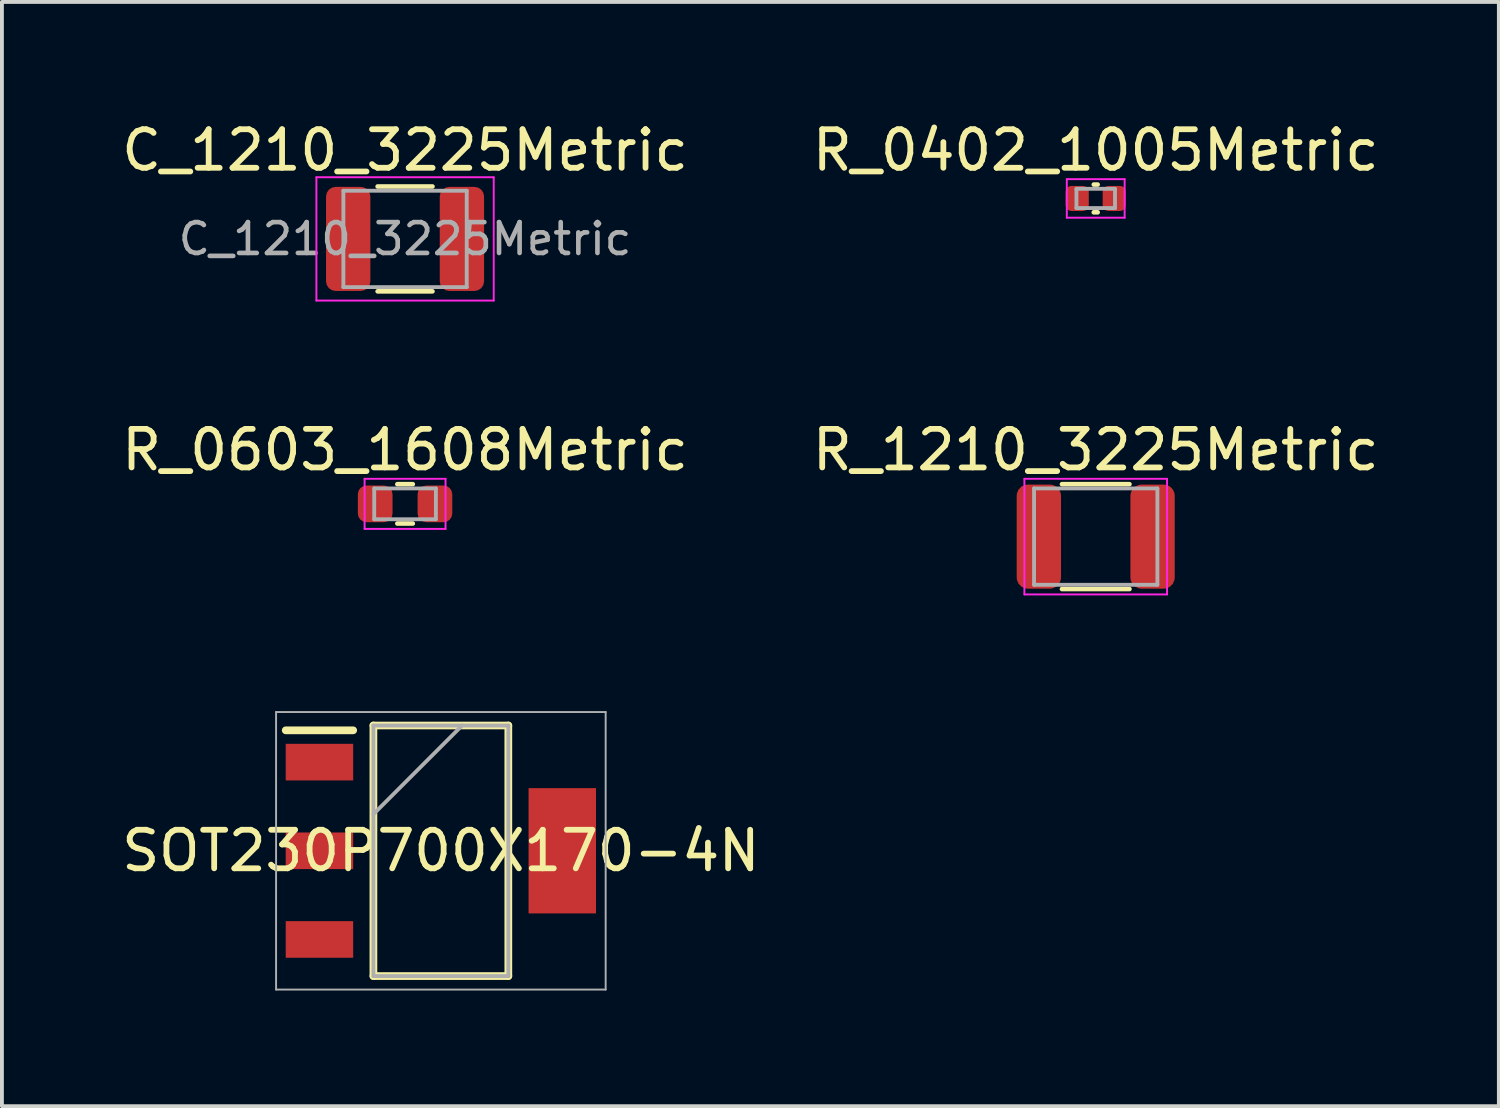
<source format=kicad_pcb>
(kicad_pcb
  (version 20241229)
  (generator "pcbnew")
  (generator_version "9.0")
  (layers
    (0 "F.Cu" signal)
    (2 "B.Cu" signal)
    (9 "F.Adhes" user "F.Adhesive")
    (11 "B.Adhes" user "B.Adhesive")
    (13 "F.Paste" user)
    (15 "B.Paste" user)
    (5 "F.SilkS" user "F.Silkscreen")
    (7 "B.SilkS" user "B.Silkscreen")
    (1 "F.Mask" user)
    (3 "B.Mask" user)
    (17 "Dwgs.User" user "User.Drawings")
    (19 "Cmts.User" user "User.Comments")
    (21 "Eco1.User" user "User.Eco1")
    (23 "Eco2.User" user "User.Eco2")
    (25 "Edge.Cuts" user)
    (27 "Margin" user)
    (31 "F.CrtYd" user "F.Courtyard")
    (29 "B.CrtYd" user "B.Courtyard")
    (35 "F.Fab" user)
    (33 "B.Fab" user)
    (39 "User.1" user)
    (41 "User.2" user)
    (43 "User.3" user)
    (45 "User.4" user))
  (footprint "R_0603_1608Metric"
    (layer "F.Cu")
    (at 7.458 10.021)
    (property "Reference" "R_0603_1608Metric" (at 0 -1.4 0) (layer "F.SilkS") (effects (font (size 1 1) (thickness 0.15))))
    (attr smd)
    (fp_line (start -0.2 -0.51) (end 0.2 -0.51) (stroke (width 0.12) (type solid)) (layer "F.SilkS"))
    (fp_line (start -0.2 0.51) (end 0.2 0.51) (stroke (width 0.12) (type solid)) (layer "F.SilkS"))
    (fp_line (start -1.05 -0.65) (end 1.05 -0.65) (stroke (width 0.05) (type solid)) (layer "F.CrtYd"))
    (fp_line (start -1.05 0.65) (end -1.05 -0.65) (stroke (width 0.05) (type solid)) (layer "F.CrtYd"))
    (fp_line (start 1.05 -0.65) (end 1.05 0.65) (stroke (width 0.05) (type solid)) (layer "F.CrtYd"))
    (fp_line (start 1.05 0.65) (end -1.05 0.65) (stroke (width 0.05) (type solid)) (layer "F.CrtYd"))
    (fp_line (start -0.8 -0.4) (end 0.8 -0.4) (stroke (width 0.1) (type solid)) (layer "F.Fab"))
    (fp_line (start -0.8 0.4) (end -0.8 -0.4) (stroke (width 0.1) (type solid)) (layer "F.Fab"))
    (fp_line (start 0.8 -0.4) (end 0.8 0.4) (stroke (width 0.1) (type solid)) (layer "F.Fab"))
    (fp_line (start 0.8 0.4) (end -0.8 0.4) (stroke (width 0.1) (type solid)) (layer "F.Fab"))
    (pad "1" smd roundrect (at -0.775 0) (size 0.9 0.95) (layers "F.Cu" "F.Mask" "F.Paste") (roundrect_rratio 0.25))
    (pad "2" smd roundrect (at 0.775 0) (size 0.9 0.95) (layers "F.Cu" "F.Mask" "F.Paste") (roundrect_rratio 0.25)))
  (footprint "R_1210_3225Metric"
    (layer "F.Cu")
    (at 25.375 10.871)
    (property "Reference" "R_1210_3225Metric" (at 0 -2.25 0) (layer "F.SilkS") (effects (font (size 1 1) (thickness 0.15))))
    (attr smd)
    (fp_line (start -0.875 -1.36) (end 0.875 -1.36) (stroke (width 0.12) (type solid)) (layer "F.SilkS"))
    (fp_line (start -0.875 1.36) (end 0.875 1.36) (stroke (width 0.12) (type solid)) (layer "F.SilkS"))
    (fp_line (start -1.85 -1.5) (end 1.85 -1.5) (stroke (width 0.05) (type solid)) (layer "F.CrtYd"))
    (fp_line (start -1.85 1.5) (end -1.85 -1.5) (stroke (width 0.05) (type solid)) (layer "F.CrtYd"))
    (fp_line (start 1.85 -1.5) (end 1.85 1.5) (stroke (width 0.05) (type solid)) (layer "F.CrtYd"))
    (fp_line (start 1.85 1.5) (end -1.85 1.5) (stroke (width 0.05) (type solid)) (layer "F.CrtYd"))
    (fp_line (start -1.6 -1.25) (end 1.6 -1.25) (stroke (width 0.1) (type solid)) (layer "F.Fab"))
    (fp_line (start -1.6 1.25) (end -1.6 -1.25) (stroke (width 0.1) (type solid)) (layer "F.Fab"))
    (fp_line (start 1.6 -1.25) (end 1.6 1.25) (stroke (width 0.1) (type solid)) (layer "F.Fab"))
    (fp_line (start 1.6 1.25) (end -1.6 1.25) (stroke (width 0.1) (type solid)) (layer "F.Fab"))
    (pad "1" smd roundrect (at -1.475 0) (size 1.15 2.7) (layers "F.Cu" "F.Mask" "F.Paste") (roundrect_rratio 0.25))
    (pad "2" smd roundrect (at 1.475 0) (size 1.15 2.7) (layers "F.Cu" "F.Mask" "F.Paste") (roundrect_rratio 0.25)))
  (footprint "R_0402_1005Metric"
    (layer "F.Cu")
    (at 25.375 2.098)
    (property "Reference" "R_0402_1005Metric" (at 0 -1.25 0) (layer "F.SilkS") (effects (font (size 1 1) (thickness 0.15))))
    (attr smd)
    (fp_line (start -0.05 -0.36) (end 0.05 -0.36) (stroke (width 0.12) (type solid)) (layer "F.SilkS"))
    (fp_line (start -0.05 0.36) (end 0.05 0.36) (stroke (width 0.12) (type solid)) (layer "F.SilkS"))
    (fp_line (start -0.75 -0.5) (end 0.75 -0.5) (stroke (width 0.05) (type solid)) (layer "F.CrtYd"))
    (fp_line (start -0.75 0.5) (end -0.75 -0.5) (stroke (width 0.05) (type solid)) (layer "F.CrtYd"))
    (fp_line (start 0.75 -0.5) (end 0.75 0.5) (stroke (width 0.05) (type solid)) (layer "F.CrtYd"))
    (fp_line (start 0.75 0.5) (end -0.75 0.5) (stroke (width 0.05) (type solid)) (layer "F.CrtYd"))
    (fp_line (start -0.5 -0.25) (end 0.5 -0.25) (stroke (width 0.1) (type solid)) (layer "F.Fab"))
    (fp_line (start -0.5 0.25) (end -0.5 -0.25) (stroke (width 0.1) (type solid)) (layer "F.Fab"))
    (fp_line (start 0.5 -0.25) (end 0.5 0.25) (stroke (width 0.1) (type solid)) (layer "F.Fab"))
    (fp_line (start 0.5 0.25) (end -0.5 0.25) (stroke (width 0.1) (type solid)) (layer "F.Fab"))
    (pad "1" smd roundrect (at -0.48 0) (size 0.6 0.65) (layers "F.Cu" "F.Mask" "F.Paste") (roundrect_rratio 0.25))
    (pad "2" smd roundrect (at 0.48 0) (size 0.6 0.65) (layers "F.Cu" "F.Mask" "F.Paste") (roundrect_rratio 0.25)))
  (footprint "C_1210_3225Metric"
    (layer "F.Cu")
    (at 7.458 3.148)
    (property "Reference" "C_1210_3225Metric" (at 0 -2.3 0) (layer "F.SilkS") (effects (font (size 1 1) (thickness 0.15))))
    (attr smd)
    (fp_line (start -0.711 -1.36) (end 0.711 -1.36) (stroke (width 0.12) (type solid)) (layer "F.SilkS"))
    (fp_line (start -0.711 1.36) (end 0.711 1.36) (stroke (width 0.12) (type solid)) (layer "F.SilkS"))
    (fp_line (start -2.3 -1.6) (end 2.3 -1.6) (stroke (width 0.05) (type solid)) (layer "F.CrtYd"))
    (fp_line (start -2.3 1.6) (end -2.3 -1.6) (stroke (width 0.05) (type solid)) (layer "F.CrtYd"))
    (fp_line (start 2.3 -1.6) (end 2.3 1.6) (stroke (width 0.05) (type solid)) (layer "F.CrtYd"))
    (fp_line (start 2.3 1.6) (end -2.3 1.6) (stroke (width 0.05) (type solid)) (layer "F.CrtYd"))
    (fp_line (start -1.6 -1.25) (end 1.6 -1.25) (stroke (width 0.1) (type solid)) (layer "F.Fab"))
    (fp_line (start -1.6 1.25) (end -1.6 -1.25) (stroke (width 0.1) (type solid)) (layer "F.Fab"))
    (fp_line (start 1.6 -1.25) (end 1.6 1.25) (stroke (width 0.1) (type solid)) (layer "F.Fab"))
    (fp_line (start 1.6 1.25) (end -1.6 1.25) (stroke (width 0.1) (type solid)) (layer "F.Fab"))
    (fp_text user "${REFERENCE}" (at 0 0 0) (layer "F.Fab") (effects (font (size 0.8 0.8) (thickness 0.12))))
    (pad "1" smd roundrect (at -1.475 0) (size 1.15 2.7) (layers "F.Cu" "F.Mask" "F.Paste") (roundrect_rratio 0.217))
    (pad "2" smd roundrect (at 1.475 0) (size 1.15 2.7) (layers "F.Cu" "F.Mask" "F.Paste") (roundrect_rratio 0.217)))
  (footprint "SOT230P700X170-4N"
    (layer "F.Cu")
    (at 8.387 19.021)
    (property "Reference" "SOT230P700X170-4N" (at 0 0 0) (layer "F.SilkS") (effects (font (size 1 1) (thickness 0.15))))
    (attr smd)
    (fp_line (start -4.025 -3.125) (end -2.275 -3.125) (stroke (width 0.2) (type solid)) (layer "F.SilkS"))
    (fp_line (start -1.75 -3.25) (end 1.75 -3.25) (stroke (width 0.2) (type solid)) (layer "F.SilkS"))
    (fp_line (start -1.75 3.25) (end -1.75 -3.25) (stroke (width 0.2) (type solid)) (layer "F.SilkS"))
    (fp_line (start 1.75 -3.25) (end 1.75 3.25) (stroke (width 0.2) (type solid)) (layer "F.SilkS"))
    (fp_line (start 1.75 3.25) (end -1.75 3.25) (stroke (width 0.2) (type solid)) (layer "F.SilkS"))
    (fp_line (start -4.275 -3.6) (end 4.275 -3.6) (stroke (width 0.05) (type solid)) (layer "F.Fab"))
    (fp_line (start -4.275 3.6) (end -4.275 -3.6) (stroke (width 0.05) (type solid)) (layer "F.Fab"))
    (fp_line (start -1.75 -3.25) (end 1.75 -3.25) (stroke (width 0.1) (type solid)) (layer "F.Fab"))
    (fp_line (start -1.75 -0.95) (end 0.55 -3.25) (stroke (width 0.1) (type solid)) (layer "F.Fab"))
    (fp_line (start -1.75 3.25) (end -1.75 -3.25) (stroke (width 0.1) (type solid)) (layer "F.Fab"))
    (fp_line (start 1.75 -3.25) (end 1.75 3.25) (stroke (width 0.1) (type solid)) (layer "F.Fab"))
    (fp_line (start 1.75 3.25) (end -1.75 3.25) (stroke (width 0.1) (type solid)) (layer "F.Fab"))
    (fp_line (start 4.275 -3.6) (end 4.275 3.6) (stroke (width 0.05) (type solid)) (layer "F.Fab"))
    (fp_line (start 4.275 3.6) (end -4.275 3.6) (stroke (width 0.05) (type solid)) (layer "F.Fab"))
    (pad "1" smd rect (at -3.15 -2.3) (size 1.75 0.95) (layers "F.Cu" "F.Mask" "F.Paste"))
    (pad "2" smd rect (at -3.15 0) (size 1.75 0.95) (layers "F.Cu" "F.Mask" "F.Paste"))
    (pad "3" smd rect (at -3.15 2.3) (size 1.75 0.95) (layers "F.Cu" "F.Mask" "F.Paste"))
    (pad "4" smd rect (at 3.15 0) (size 1.75 3.25) (layers "F.Cu" "F.Mask" "F.Paste")))
  (gr_rect
    (start -3 -3)
    (end 35.833 25.646)
    (stroke (width 0.1) (type default))
    (fill no)
    (layer "Edge.Cuts")))
</source>
